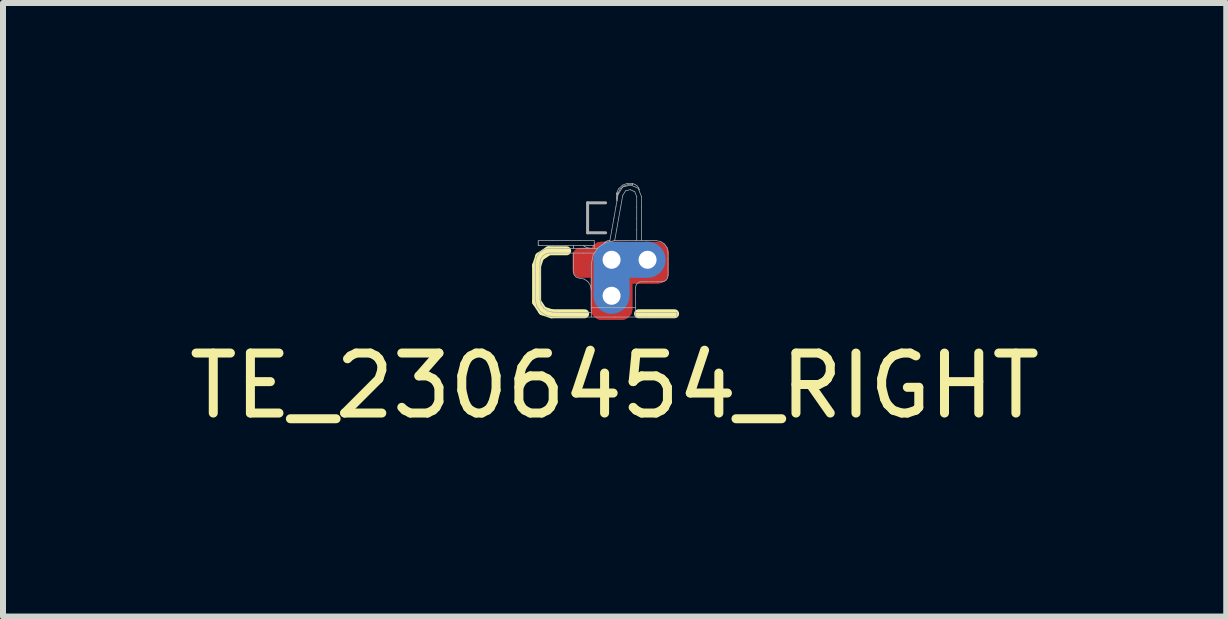
<source format=kicad_pcb>
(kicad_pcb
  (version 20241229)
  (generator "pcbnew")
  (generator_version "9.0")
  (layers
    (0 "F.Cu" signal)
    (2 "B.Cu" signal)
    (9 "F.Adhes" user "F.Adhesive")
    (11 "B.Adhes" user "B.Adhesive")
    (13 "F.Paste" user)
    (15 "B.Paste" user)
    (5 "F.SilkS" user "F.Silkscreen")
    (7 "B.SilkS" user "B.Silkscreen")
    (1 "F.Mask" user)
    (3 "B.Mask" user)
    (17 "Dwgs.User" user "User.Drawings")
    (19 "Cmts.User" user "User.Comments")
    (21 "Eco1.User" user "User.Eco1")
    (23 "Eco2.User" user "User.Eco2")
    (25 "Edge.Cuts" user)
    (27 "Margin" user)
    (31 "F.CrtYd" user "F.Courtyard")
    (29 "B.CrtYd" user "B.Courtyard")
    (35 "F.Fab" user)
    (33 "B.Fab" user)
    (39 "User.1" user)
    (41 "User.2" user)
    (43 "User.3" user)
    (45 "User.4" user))
  (footprint "TE_2306454_RIGHT"
    (layer "F.Cu")
    (at 7.146 1.431)
    (property "Reference" "TE_2306454_RIGHT" (at 0.05 1.95 0) (layer "F.SilkS") (effects (font (size 1 1) (thickness 0.15))))
    (attr through_hole)
    (fp_line (start -1.25 -0.05) (end -1.2 -0.2) (stroke (width 0.15) (type solid)) (layer "F.SilkS"))
    (fp_line (start -1.25 0.55) (end -1.25 -0.05) (stroke (width 0.15) (type solid)) (layer "F.SilkS"))
    (fp_line (start -1.2 -0.2) (end -1.05 -0.3) (stroke (width 0.15) (type solid)) (layer "F.SilkS"))
    (fp_line (start -1.15 0.7) (end -1.25 0.55) (stroke (width 0.15) (type solid)) (layer "F.SilkS"))
    (fp_line (start -1.05 -0.3) (end -0.75 -0.3) (stroke (width 0.15) (type solid)) (layer "F.SilkS"))
    (fp_line (start -1 0.75) (end -1.15 0.7) (stroke (width 0.15) (type solid)) (layer "F.SilkS"))
    (fp_line (start -0.45 0.75) (end -1 0.75) (stroke (width 0.15) (type solid)) (layer "F.SilkS"))
    (fp_line (start 1.05 0.75) (end 0.45 0.75) (stroke (width 0.15) (type solid)) (layer "F.SilkS"))
    (fp_line (start -1.273 -0.097) (end -1.273 0.057) (stroke (width 0.012) (type solid)) (layer "F.Fab"))
    (fp_line (start -1.273 0.057) (end -1.273 0.209) (stroke (width 0.012) (type solid)) (layer "F.Fab"))
    (fp_line (start -1.273 0.509) (end -1.249 0.62) (stroke (width 0.012) (type solid)) (layer "F.Fab"))
    (fp_line (start -1.273 0.209) (end -1.273 0.36) (stroke (width 0.012) (type solid)) (layer "F.Fab"))
    (fp_line (start -1.273 0.36) (end -1.273 0.509) (stroke (width 0.012) (type solid)) (layer "F.Fab"))
    (fp_line (start -1.253 -0.195) (end -1.273 -0.097) (stroke (width 0.012) (type solid)) (layer "F.Fab"))
    (fp_line (start -1.249 0.62) (end -1.186 0.714) (stroke (width 0.012) (type solid)) (layer "F.Fab"))
    (fp_line (start -1.223 -0.446) (end -1.223 -0.426) (stroke (width 0.012) (type solid)) (layer "F.Fab"))
    (fp_line (start -1.223 -0.426) (end -1.223 -0.406) (stroke (width 0.012) (type solid)) (layer "F.Fab"))
    (fp_line (start -1.223 -0.406) (end -1.223 -0.387) (stroke (width 0.012) (type solid)) (layer "F.Fab"))
    (fp_line (start -1.223 -0.469) (end -0.99 -0.469) (stroke (width 0.012) (type solid)) (layer "F.Fab"))
    (fp_line (start -1.223 -0.465) (end -1.223 -0.446) (stroke (width 0.012) (type solid)) (layer "F.Fab"))
    (fp_line (start -1.223 -0.389) (end -0.99 -0.389) (stroke (width 0.012) (type solid)) (layer "F.Fab"))
    (fp_line (start -1.201 -0.272) (end -1.253 -0.195) (stroke (width 0.012) (type solid)) (layer "F.Fab"))
    (fp_line (start -1.194 0.509) (end -1.177 0.59) (stroke (width 0.012) (type solid)) (layer "F.Fab"))
    (fp_line (start -1.194 0.209) (end -1.194 0.36) (stroke (width 0.012) (type solid)) (layer "F.Fab"))
    (fp_line (start -1.194 0.36) (end -1.194 0.509) (stroke (width 0.012) (type solid)) (layer "F.Fab"))
    (fp_line (start -1.194 -0.096) (end -1.194 0.058) (stroke (width 0.012) (type solid)) (layer "F.Fab"))
    (fp_line (start -1.194 0.058) (end -1.194 0.209) (stroke (width 0.012) (type solid)) (layer "F.Fab"))
    (fp_line (start -1.186 0.714) (end -1.092 0.776) (stroke (width 0.012) (type solid)) (layer "F.Fab"))
    (fp_line (start -1.181 -0.162) (end -1.194 -0.096) (stroke (width 0.012) (type solid)) (layer "F.Fab"))
    (fp_line (start -1.177 0.59) (end -1.131 0.658) (stroke (width 0.012) (type solid)) (layer "F.Fab"))
    (fp_line (start -1.145 -0.215) (end -1.181 -0.162) (stroke (width 0.012) (type solid)) (layer "F.Fab"))
    (fp_line (start -1.131 0.658) (end -1.062 0.704) (stroke (width 0.012) (type solid)) (layer "F.Fab"))
    (fp_line (start -1.123 -0.325) (end -1.201 -0.272) (stroke (width 0.012) (type solid)) (layer "F.Fab"))
    (fp_line (start -1.092 0.776) (end -0.978 0.802) (stroke (width 0.012) (type solid)) (layer "F.Fab"))
    (fp_line (start -1.092 -0.251) (end -1.145 -0.215) (stroke (width 0.012) (type solid)) (layer "F.Fab"))
    (fp_line (start -1.062 0.704) (end -0.978 0.724) (stroke (width 0.012) (type solid)) (layer "F.Fab"))
    (fp_line (start -1.027 -0.342) (end -1.123 -0.325) (stroke (width 0.012) (type solid)) (layer "F.Fab"))
    (fp_line (start -1.027 -0.263) (end -1.092 -0.251) (stroke (width 0.012) (type solid)) (layer "F.Fab"))
    (fp_line (start -0.99 -0.469) (end -0.756 -0.469) (stroke (width 0.012) (type solid)) (layer "F.Fab"))
    (fp_line (start -0.99 -0.389) (end -0.756 -0.389) (stroke (width 0.012) (type solid)) (layer "F.Fab"))
    (fp_line (start -0.978 0.724) (end -0.818 0.727) (stroke (width 0.012) (type solid)) (layer "F.Fab"))
    (fp_line (start -0.978 0.802) (end -0.461 0.805) (stroke (width 0.012) (type solid)) (layer "F.Fab"))
    (fp_line (start -0.841 -0.262) (end -1.027 -0.263) (stroke (width 0.012) (type solid)) (layer "F.Fab"))
    (fp_line (start -0.827 -0.34) (end -1.027 -0.342) (stroke (width 0.012) (type solid)) (layer "F.Fab"))
    (fp_line (start -0.818 0.727) (end -0.658 0.727) (stroke (width 0.012) (type solid)) (layer "F.Fab"))
    (fp_line (start -0.756 -0.469) (end -0.523 -0.469) (stroke (width 0.012) (type solid)) (layer "F.Fab"))
    (fp_line (start -0.756 -0.389) (end -0.523 -0.389) (stroke (width 0.012) (type solid)) (layer "F.Fab"))
    (fp_line (start -0.658 0.727) (end -0.498 0.727) (stroke (width 0.012) (type solid)) (layer "F.Fab"))
    (fp_line (start -0.656 -0.262) (end -0.841 -0.262) (stroke (width 0.012) (type solid)) (layer "F.Fab"))
    (fp_line (start -0.633 -0.34) (end -0.633 -0.352) (stroke (width 0.012) (type solid)) (layer "F.Fab"))
    (fp_line (start -0.633 -0.377) (end -0.633 -0.389) (stroke (width 0.012) (type solid)) (layer "F.Fab"))
    (fp_line (start -0.633 -0.364) (end -0.633 -0.377) (stroke (width 0.012) (type solid)) (layer "F.Fab"))
    (fp_line (start -0.633 -0.352) (end -0.633 -0.364) (stroke (width 0.012) (type solid)) (layer "F.Fab"))
    (fp_line (start -0.633 -0.181) (end -0.633 -0.262) (stroke (width 0.012) (type solid)) (layer "F.Fab"))
    (fp_line (start -0.633 -0.1) (end -0.633 -0.181) (stroke (width 0.012) (type solid)) (layer "F.Fab"))
    (fp_line (start -0.633 -0.02) (end -0.633 -0.1) (stroke (width 0.012) (type solid)) (layer "F.Fab"))
    (fp_line (start -0.633 0.061) (end -0.633 -0.02) (stroke (width 0.012) (type solid)) (layer "F.Fab"))
    (fp_line (start -0.633 0.058) (end -0.626 0.096) (stroke (width 0.012) (type solid)) (layer "F.Fab"))
    (fp_line (start -0.628 -0.34) (end -0.827 -0.34) (stroke (width 0.012) (type solid)) (layer "F.Fab"))
    (fp_line (start -0.626 0.096) (end -0.604 0.127) (stroke (width 0.012) (type solid)) (layer "F.Fab"))
    (fp_line (start -0.604 0.127) (end -0.573 0.148) (stroke (width 0.012) (type solid)) (layer "F.Fab"))
    (fp_line (start -0.573 0.148) (end -0.535 0.156) (stroke (width 0.012) (type solid)) (layer "F.Fab"))
    (fp_line (start -0.523 -0.469) (end -0.289 -0.469) (stroke (width 0.012) (type solid)) (layer "F.Fab"))
    (fp_line (start -0.523 -0.389) (end -0.289 -0.389) (stroke (width 0.012) (type solid)) (layer "F.Fab"))
    (fp_line (start -0.498 0.727) (end -0.338 0.727) (stroke (width 0.012) (type solid)) (layer "F.Fab"))
    (fp_line (start -0.474 -0.391) (end -0.447 -0.37) (stroke (width 0.012) (type solid)) (layer "F.Fab"))
    (fp_line (start -0.471 -0.262) (end -0.656 -0.262) (stroke (width 0.012) (type solid)) (layer "F.Fab"))
    (fp_line (start -0.461 0.805) (end 0.055 0.805) (stroke (width 0.012) (type solid)) (layer "F.Fab"))
    (fp_line (start -0.458 0.171) (end -0.535 0.156) (stroke (width 0.012) (type solid)) (layer "F.Fab"))
    (fp_line (start -0.447 -0.37) (end -0.417 -0.355) (stroke (width 0.012) (type solid)) (layer "F.Fab"))
    (fp_line (start -0.428 -0.34) (end -0.628 -0.34) (stroke (width 0.012) (type solid)) (layer "F.Fab"))
    (fp_line (start -0.417 -0.355) (end -0.385 -0.346) (stroke (width 0.012) (type solid)) (layer "F.Fab"))
    (fp_line (start -0.4 -1.1) (end -0.4 -0.6) (stroke (width 0.05) (type solid)) (layer "F.Fab"))
    (fp_line (start -0.396 0.213) (end -0.458 0.171) (stroke (width 0.012) (type solid)) (layer "F.Fab"))
    (fp_line (start -0.385 -0.346) (end -0.351 -0.343) (stroke (width 0.012) (type solid)) (layer "F.Fab"))
    (fp_line (start -0.354 0.275) (end -0.396 0.213) (stroke (width 0.012) (type solid)) (layer "F.Fab"))
    (fp_line (start -0.338 0.143) (end -0.338 -0.076) (stroke (width 0.012) (type solid)) (layer "F.Fab"))
    (fp_line (start -0.338 0.363) (end -0.338 0.143) (stroke (width 0.012) (type solid)) (layer "F.Fab"))
    (fp_line (start -0.338 0.583) (end -0.338 0.363) (stroke (width 0.012) (type solid)) (layer "F.Fab"))
    (fp_line (start -0.338 0.351) (end -0.354 0.275) (stroke (width 0.012) (type solid)) (layer "F.Fab"))
    (fp_line (start -0.338 0.803) (end -0.338 0.583) (stroke (width 0.012) (type solid)) (layer "F.Fab"))
    (fp_line (start -0.307 -0.232) (end -0.338 -0.08) (stroke (width 0.012) (type solid)) (layer "F.Fab"))
    (fp_line (start -0.289 -0.34) (end -0.289 -0.372) (stroke (width 0.012) (type solid)) (layer "F.Fab"))
    (fp_line (start -0.289 -0.435) (end -0.289 -0.467) (stroke (width 0.012) (type solid)) (layer "F.Fab"))
    (fp_line (start -0.289 -0.404) (end -0.289 -0.435) (stroke (width 0.012) (type solid)) (layer "F.Fab"))
    (fp_line (start -0.289 -0.372) (end -0.289 -0.404) (stroke (width 0.012) (type solid)) (layer "F.Fab"))
    (fp_line (start -0.286 -0.262) (end -0.471 -0.262) (stroke (width 0.012) (type solid)) (layer "F.Fab"))
    (fp_line (start -0.229 -0.34) (end -0.428 -0.34) (stroke (width 0.012) (type solid)) (layer "F.Fab"))
    (fp_line (start -0.223 -0.356) (end -0.307 -0.232) (stroke (width 0.012) (type solid)) (layer "F.Fab"))
    (fp_line (start -0.154 0.649) (end -0.338 0.649) (stroke (width 0.012) (type solid)) (layer "F.Fab"))
    (fp_line (start -0.113 -0.44) (end -0.129 -0.419) (stroke (width 0.012) (type solid)) (layer "F.Fab"))
    (fp_line (start -0.1 -1.1) (end -0.4 -1.1) (stroke (width 0.05) (type solid)) (layer "F.Fab"))
    (fp_line (start -0.1 -0.6) (end -0.4 -0.6) (stroke (width 0.05) (type solid)) (layer "F.Fab"))
    (fp_line (start -0.098 -0.44) (end -0.223 -0.356) (stroke (width 0.012) (type solid)) (layer "F.Fab"))
    (fp_line (start -0.093 -0.456) (end -0.113 -0.44) (stroke (width 0.012) (type solid)) (layer "F.Fab"))
    (fp_line (start -0.069 -0.466) (end -0.093 -0.456) (stroke (width 0.012) (type solid)) (layer "F.Fab"))
    (fp_line (start -0.043 -0.469) (end -0.04 -0.469) (stroke (width 0.012) (type solid)) (layer "F.Fab"))
    (fp_line (start -0.043 -0.469) (end -0.069 -0.466) (stroke (width 0.012) (type solid)) (layer "F.Fab"))
    (fp_line (start -0.04 -0.469) (end -0.036 -0.469) (stroke (width 0.012) (type solid)) (layer "F.Fab"))
    (fp_line (start -0.036 -0.469) (end -0.033 -0.469) (stroke (width 0.012) (type solid)) (layer "F.Fab"))
    (fp_line (start -0.033 -0.469) (end -0.03 -0.469) (stroke (width 0.012) (type solid)) (layer "F.Fab"))
    (fp_line (start 0.005 -0.654) (end -0.03 -0.461) (stroke (width 0.012) (type solid)) (layer "F.Fab"))
    (fp_line (start 0.031 0.649) (end -0.154 0.649) (stroke (width 0.012) (type solid)) (layer "F.Fab"))
    (fp_line (start 0.039 -0.847) (end 0.005 -0.654) (stroke (width 0.012) (type solid)) (layer "F.Fab"))
    (fp_line (start 0.051 -0.468) (end 0.085 -0.656) (stroke (width 0.012) (type solid)) (layer "F.Fab"))
    (fp_line (start 0.055 -0.471) (end -0.098 -0.44) (stroke (width 0.012) (type solid)) (layer "F.Fab"))
    (fp_line (start 0.055 0.805) (end 0.572 0.805) (stroke (width 0.012) (type solid)) (layer "F.Fab"))
    (fp_line (start 0.073 -1.041) (end 0.039 -0.847) (stroke (width 0.012) (type solid)) (layer "F.Fab"))
    (fp_line (start 0.079 -1.23) (end 0.079 -1.207) (stroke (width 0.012) (type solid)) (layer "F.Fab"))
    (fp_line (start 0.079 -1.207) (end 0.082 -1.185) (stroke (width 0.012) (type solid)) (layer "F.Fab"))
    (fp_line (start 0.08 -1.253) (end 0.079 -1.23) (stroke (width 0.012) (type solid)) (layer "F.Fab"))
    (fp_line (start 0.08 -1.249) (end 0.087 -1.252) (stroke (width 0.012) (type solid)) (layer "F.Fab"))
    (fp_line (start 0.082 -1.185) (end 0.087 -1.162) (stroke (width 0.012) (type solid)) (layer "F.Fab"))
    (fp_line (start 0.085 -0.656) (end 0.118 -0.844) (stroke (width 0.012) (type solid)) (layer "F.Fab"))
    (fp_line (start 0.087 -1.252) (end 0.094 -1.255) (stroke (width 0.012) (type solid)) (layer "F.Fab"))
    (fp_line (start 0.087 -1.16) (end 0.09 -1.175) (stroke (width 0.012) (type solid)) (layer "F.Fab"))
    (fp_line (start 0.089 -1.129) (end 0.09 -1.137) (stroke (width 0.012) (type solid)) (layer "F.Fab"))
    (fp_line (start 0.089 -1.153) (end 0.087 -1.161) (stroke (width 0.012) (type solid)) (layer "F.Fab"))
    (fp_line (start 0.09 -1.137) (end 0.09 -1.145) (stroke (width 0.012) (type solid)) (layer "F.Fab"))
    (fp_line (start 0.09 -1.145) (end 0.089 -1.153) (stroke (width 0.012) (type solid)) (layer "F.Fab"))
    (fp_line (start 0.09 -1.175) (end 0.093 -1.191) (stroke (width 0.012) (type solid)) (layer "F.Fab"))
    (fp_line (start 0.093 -1.191) (end 0.095 -1.207) (stroke (width 0.012) (type solid)) (layer "F.Fab"))
    (fp_line (start 0.094 -1.255) (end 0.1 -1.258) (stroke (width 0.012) (type solid)) (layer "F.Fab"))
    (fp_line (start 0.095 -1.207) (end 0.098 -1.222) (stroke (width 0.012) (type solid)) (layer "F.Fab"))
    (fp_line (start 0.098 -1.224) (end 0.099 -1.227) (stroke (width 0.012) (type solid)) (layer "F.Fab"))
    (fp_line (start 0.099 -1.227) (end 0.099 -1.23) (stroke (width 0.012) (type solid)) (layer "F.Fab"))
    (fp_line (start 0.099 -1.23) (end 0.1 -1.233) (stroke (width 0.012) (type solid)) (layer "F.Fab"))
    (fp_line (start 0.1 -1.233) (end 0.1 -1.236) (stroke (width 0.012) (type solid)) (layer "F.Fab"))
    (fp_line (start 0.1 -1.258) (end 0.107 -1.261) (stroke (width 0.012) (type solid)) (layer "F.Fab"))
    (fp_line (start 0.1 -1.238) (end 0.101 -1.239) (stroke (width 0.012) (type solid)) (layer "F.Fab"))
    (fp_line (start 0.101 -1.239) (end 0.101 -1.24) (stroke (width 0.012) (type solid)) (layer "F.Fab"))
    (fp_line (start 0.101 -1.24) (end 0.101 -1.241) (stroke (width 0.012) (type solid)) (layer "F.Fab"))
    (fp_line (start 0.101 -1.241) (end 0.101 -1.242) (stroke (width 0.012) (type solid)) (layer "F.Fab"))
    (fp_line (start 0.102 -1.246) (end 0.101 -1.243) (stroke (width 0.012) (type solid)) (layer "F.Fab"))
    (fp_line (start 0.102 -1.249) (end 0.102 -1.246) (stroke (width 0.012) (type solid)) (layer "F.Fab"))
    (fp_line (start 0.103 -1.252) (end 0.102 -1.249) (stroke (width 0.012) (type solid)) (layer "F.Fab"))
    (fp_line (start 0.104 -1.255) (end 0.103 -1.252) (stroke (width 0.012) (type solid)) (layer "F.Fab"))
    (fp_line (start 0.104 -1.257) (end 0.104 -1.255) (stroke (width 0.012) (type solid)) (layer "F.Fab"))
    (fp_line (start 0.105 -1.259) (end 0.104 -1.257) (stroke (width 0.012) (type solid)) (layer "F.Fab"))
    (fp_line (start 0.105 -1.261) (end 0.105 -1.259) (stroke (width 0.012) (type solid)) (layer "F.Fab"))
    (fp_line (start 0.106 -1.263) (end 0.105 -1.261) (stroke (width 0.012) (type solid)) (layer "F.Fab"))
    (fp_line (start 0.106 -1.264) (end 0.106 -1.264) (stroke (width 0.012) (type solid)) (layer "F.Fab"))
    (fp_line (start 0.106 -1.265) (end 0.106 -1.264) (stroke (width 0.012) (type solid)) (layer "F.Fab"))
    (fp_line (start 0.107 -1.265) (end 0.106 -1.265) (stroke (width 0.012) (type solid)) (layer "F.Fab"))
    (fp_line (start 0.107 -1.266) (end 0.107 -1.265) (stroke (width 0.012) (type solid)) (layer "F.Fab"))
    (fp_line (start 0.107 -1.234) (end 0.073 -1.041) (stroke (width 0.012) (type solid)) (layer "F.Fab"))
    (fp_line (start 0.118 -1.335) (end 0.08 -1.253) (stroke (width 0.012) (type solid)) (layer "F.Fab"))
    (fp_line (start 0.118 -0.844) (end 0.152 -1.032) (stroke (width 0.012) (type solid)) (layer "F.Fab"))
    (fp_line (start 0.145 -1.332) (end 0.108 -1.265) (stroke (width 0.012) (type solid)) (layer "F.Fab"))
    (fp_line (start 0.152 -1.032) (end 0.185 -1.221) (stroke (width 0.012) (type solid)) (layer "F.Fab"))
    (fp_line (start 0.182 -1.394) (end 0.118 -1.335) (stroke (width 0.012) (type solid)) (layer "F.Fab"))
    (fp_line (start 0.185 -1.221) (end 0.232 -1.299) (stroke (width 0.012) (type solid)) (layer "F.Fab"))
    (fp_line (start 0.186 -1.364) (end 0.107 -1.236) (stroke (width 0.012) (type solid)) (layer "F.Fab"))
    (fp_line (start 0.202 -1.379) (end 0.145 -1.332) (stroke (width 0.012) (type solid)) (layer "F.Fab"))
    (fp_line (start 0.215 0.649) (end 0.031 0.649) (stroke (width 0.012) (type solid)) (layer "F.Fab"))
    (fp_line (start 0.227 -0.469) (end 0.055 -0.469) (stroke (width 0.012) (type solid)) (layer "F.Fab"))
    (fp_line (start 0.232 -1.299) (end 0.311 -1.319) (stroke (width 0.012) (type solid)) (layer "F.Fab"))
    (fp_line (start 0.263 -1.425) (end 0.182 -1.394) (stroke (width 0.012) (type solid)) (layer "F.Fab"))
    (fp_line (start 0.272 -1.402) (end 0.202 -1.379) (stroke (width 0.012) (type solid)) (layer "F.Fab"))
    (fp_line (start 0.311 -1.319) (end 0.386 -1.285) (stroke (width 0.012) (type solid)) (layer "F.Fab"))
    (fp_line (start 0.318 -1.397) (end 0.186 -1.364) (stroke (width 0.012) (type solid)) (layer "F.Fab"))
    (fp_line (start 0.349 -1.399) (end 0.272 -1.402) (stroke (width 0.012) (type solid)) (layer "F.Fab"))
    (fp_line (start 0.35 -1.402) (end 0.349 -1.397) (stroke (width 0.012) (type solid)) (layer "F.Fab"))
    (fp_line (start 0.352 -1.408) (end 0.35 -1.402) (stroke (width 0.012) (type solid)) (layer "F.Fab"))
    (fp_line (start 0.353 -1.414) (end 0.352 -1.408) (stroke (width 0.012) (type solid)) (layer "F.Fab"))
    (fp_line (start 0.354 -1.422) (end 0.263 -1.425) (stroke (width 0.012) (type solid)) (layer "F.Fab"))
    (fp_line (start 0.354 -1.42) (end 0.353 -1.414) (stroke (width 0.012) (type solid)) (layer "F.Fab"))
    (fp_line (start 0.386 -1.285) (end 0.419 -1.202) (stroke (width 0.012) (type solid)) (layer "F.Fab"))
    (fp_line (start 0.392 -1.405) (end 0.354 -1.42) (stroke (width 0.012) (type solid)) (layer "F.Fab"))
    (fp_line (start 0.4 0.434) (end 0.4 0.312) (stroke (width 0.012) (type solid)) (layer "F.Fab"))
    (fp_line (start 0.4 0.556) (end 0.4 0.434) (stroke (width 0.012) (type solid)) (layer "F.Fab"))
    (fp_line (start 0.4 0.678) (end 0.4 0.556) (stroke (width 0.012) (type solid)) (layer "F.Fab"))
    (fp_line (start 0.4 0.312) (end 0.407 0.275) (stroke (width 0.012) (type solid)) (layer "F.Fab"))
    (fp_line (start 0.4 0.727) (end 0.572 0.727) (stroke (width 0.012) (type solid)) (layer "F.Fab"))
    (fp_line (start 0.4 0.8) (end 0.4 0.678) (stroke (width 0.012) (type solid)) (layer "F.Fab"))
    (fp_line (start 0.4 -0.469) (end 0.227 -0.469) (stroke (width 0.012) (type solid)) (layer "F.Fab"))
    (fp_line (start 0.4 0.649) (end 0.215 0.649) (stroke (width 0.012) (type solid)) (layer "F.Fab"))
    (fp_line (start 0.407 0.275) (end 0.428 0.244) (stroke (width 0.012) (type solid)) (layer "F.Fab"))
    (fp_line (start 0.419 -0.837) (end 0.419 -0.653) (stroke (width 0.012) (type solid)) (layer "F.Fab"))
    (fp_line (start 0.419 -0.653) (end 0.419 -0.47) (stroke (width 0.012) (type solid)) (layer "F.Fab"))
    (fp_line (start 0.419 -1.02) (end 0.419 -0.837) (stroke (width 0.012) (type solid)) (layer "F.Fab"))
    (fp_line (start 0.419 -1.202) (end 0.419 -1.02) (stroke (width 0.012) (type solid)) (layer "F.Fab"))
    (fp_line (start 0.425 -1.381) (end 0.392 -1.405) (stroke (width 0.012) (type solid)) (layer "F.Fab"))
    (fp_line (start 0.428 0.244) (end 0.46 0.223) (stroke (width 0.012) (type solid)) (layer "F.Fab"))
    (fp_line (start 0.443 -1.342) (end 0.318 -1.397) (stroke (width 0.012) (type solid)) (layer "F.Fab"))
    (fp_line (start 0.45 -1.35) (end 0.425 -1.381) (stroke (width 0.012) (type solid)) (layer "F.Fab"))
    (fp_line (start 0.46 0.223) (end 0.498 0.216) (stroke (width 0.012) (type solid)) (layer "F.Fab"))
    (fp_line (start 0.466 -1.313) (end 0.45 -1.35) (stroke (width 0.012) (type solid)) (layer "F.Fab"))
    (fp_line (start 0.498 -1.02) (end 0.498 -1.203) (stroke (width 0.012) (type solid)) (layer "F.Fab"))
    (fp_line (start 0.498 -0.837) (end 0.498 -1.02) (stroke (width 0.012) (type solid)) (layer "F.Fab"))
    (fp_line (start 0.498 -0.653) (end 0.498 -0.837) (stroke (width 0.012) (type solid)) (layer "F.Fab"))
    (fp_line (start 0.498 -0.47) (end 0.498 -0.653) (stroke (width 0.012) (type solid)) (layer "F.Fab"))
    (fp_line (start 0.498 -1.203) (end 0.443 -1.342) (stroke (width 0.012) (type solid)) (layer "F.Fab"))
    (fp_line (start 0.498 0.216) (end 0.584 0.217) (stroke (width 0.012) (type solid)) (layer "F.Fab"))
    (fp_line (start 0.572 0.727) (end 0.744 0.727) (stroke (width 0.012) (type solid)) (layer "F.Fab"))
    (fp_line (start 0.572 0.805) (end 1.088 0.805) (stroke (width 0.012) (type solid)) (layer "F.Fab"))
    (fp_line (start 0.572 -0.469) (end 0.4 -0.469) (stroke (width 0.012) (type solid)) (layer "F.Fab"))
    (fp_line (start 0.584 0.217) (end 0.67 0.217) (stroke (width 0.012) (type solid)) (layer "F.Fab"))
    (fp_line (start 0.67 0.217) (end 0.756 0.217) (stroke (width 0.012) (type solid)) (layer "F.Fab"))
    (fp_line (start 0.744 0.727) (end 0.916 0.727) (stroke (width 0.012) (type solid)) (layer "F.Fab"))
    (fp_line (start 0.744 -0.469) (end 0.572 -0.469) (stroke (width 0.012) (type solid)) (layer "F.Fab"))
    (fp_line (start 0.756 0.217) (end 0.842 0.216) (stroke (width 0.012) (type solid)) (layer "F.Fab"))
    (fp_line (start 0.82 -0.454) (end 0.744 -0.469) (stroke (width 0.012) (type solid)) (layer "F.Fab"))
    (fp_line (start 0.842 0.216) (end 0.88 0.207) (stroke (width 0.012) (type solid)) (layer "F.Fab"))
    (fp_line (start 0.88 0.207) (end 0.912 0.186) (stroke (width 0.012) (type solid)) (layer "F.Fab"))
    (fp_line (start 0.883 -0.412) (end 0.82 -0.454) (stroke (width 0.012) (type solid)) (layer "F.Fab"))
    (fp_line (start 0.912 0.186) (end 0.933 0.155) (stroke (width 0.012) (type solid)) (layer "F.Fab"))
    (fp_line (start 0.916 0.727) (end 1.088 0.727) (stroke (width 0.012) (type solid)) (layer "F.Fab"))
    (fp_line (start 0.925 -0.35) (end 0.883 -0.412) (stroke (width 0.012) (type solid)) (layer "F.Fab"))
    (fp_line (start 0.933 0.155) (end 0.941 0.116) (stroke (width 0.012) (type solid)) (layer "F.Fab"))
    (fp_line (start 0.941 0.018) (end 0.941 -0.079) (stroke (width 0.012) (type solid)) (layer "F.Fab"))
    (fp_line (start 0.941 -0.177) (end 0.941 -0.275) (stroke (width 0.012) (type solid)) (layer "F.Fab"))
    (fp_line (start 0.941 -0.079) (end 0.941 -0.177) (stroke (width 0.012) (type solid)) (layer "F.Fab"))
    (fp_line (start 0.941 0.116) (end 0.941 0.018) (stroke (width 0.012) (type solid)) (layer "F.Fab"))
    (fp_line (start 0.941 -0.274) (end 0.925 -0.35) (stroke (width 0.012) (type solid)) (layer "F.Fab"))
    (fp_line (start 1.088 0.741) (end 1.088 0.722) (stroke (width 0.012) (type solid)) (layer "F.Fab"))
    (fp_line (start 1.088 0.761) (end 1.088 0.741) (stroke (width 0.012) (type solid)) (layer "F.Fab"))
    (fp_line (start 1.088 0.78) (end 1.088 0.761) (stroke (width 0.012) (type solid)) (layer "F.Fab"))
    (fp_line (start 1.088 0.8) (end 1.088 0.78) (stroke (width 0.012) (type solid)) (layer "F.Fab"))
    (pad "1" smd roundrect (at -0.3 -0.1) (size 0.7 0.5) (layers "F.Cu" "F.Mask" "F.Paste") (roundrect_rratio 0.25))
    (pad "1" thru_hole circle (at 0 -0.15) (size 0.6 0.6) (drill 0.3) (layers "*.Cu" "*.Mask"))
    (pad "1" smd rect (at 0 0.15) (size 0.6 0.6) (layers "B.Cu"))
    (pad "1" smd roundrect (at 0 0.2 90) (size 1.3 0.7) (layers "F.Cu" "F.Mask" "F.Paste") (roundrect_rratio 0.25))
    (pad "1" thru_hole circle (at 0 0.45) (size 0.6 0.6) (drill 0.3) (layers "*.Cu" "*.Mask"))
    (pad "1" smd roundrect (at 0 0.75 90) (size 0.2 0.5) (layers "F.Cu" "F.Mask" "F.Paste") (roundrect_rratio 0.25))
    (pad "1" smd rect (at 0.3 -0.15) (size 0.6 0.6) (layers "B.Cu"))
    (pad "1" smd roundrect (at 0.3 -0.1 180) (size 0.2 0.5) (layers "F.Cu" "F.Mask" "F.Paste") (roundrect_rratio 0.25))
    (pad "1" smd roundrect (at 0.3 -0.1) (size 1.3 0.7) (layers "F.Cu" "F.Mask" "F.Paste") (roundrect_rratio 0.25))
    (pad "1" thru_hole circle (at 0.6 -0.15) (size 0.6 0.6) (drill 0.3) (layers "*.Cu" "*.Mask"))
    (pad "1" smd roundrect (at 0.85 -0.1 180) (size 0.2 0.5) (layers "F.Cu" "F.Mask" "F.Paste") (roundrect_rratio 0.25)))
  (gr_rect
    (start -3 -3)
    (end 17.393 7.229)
    (stroke (width 0.1) (type default))
    (fill no)
    (layer "Edge.Cuts")))
</source>
